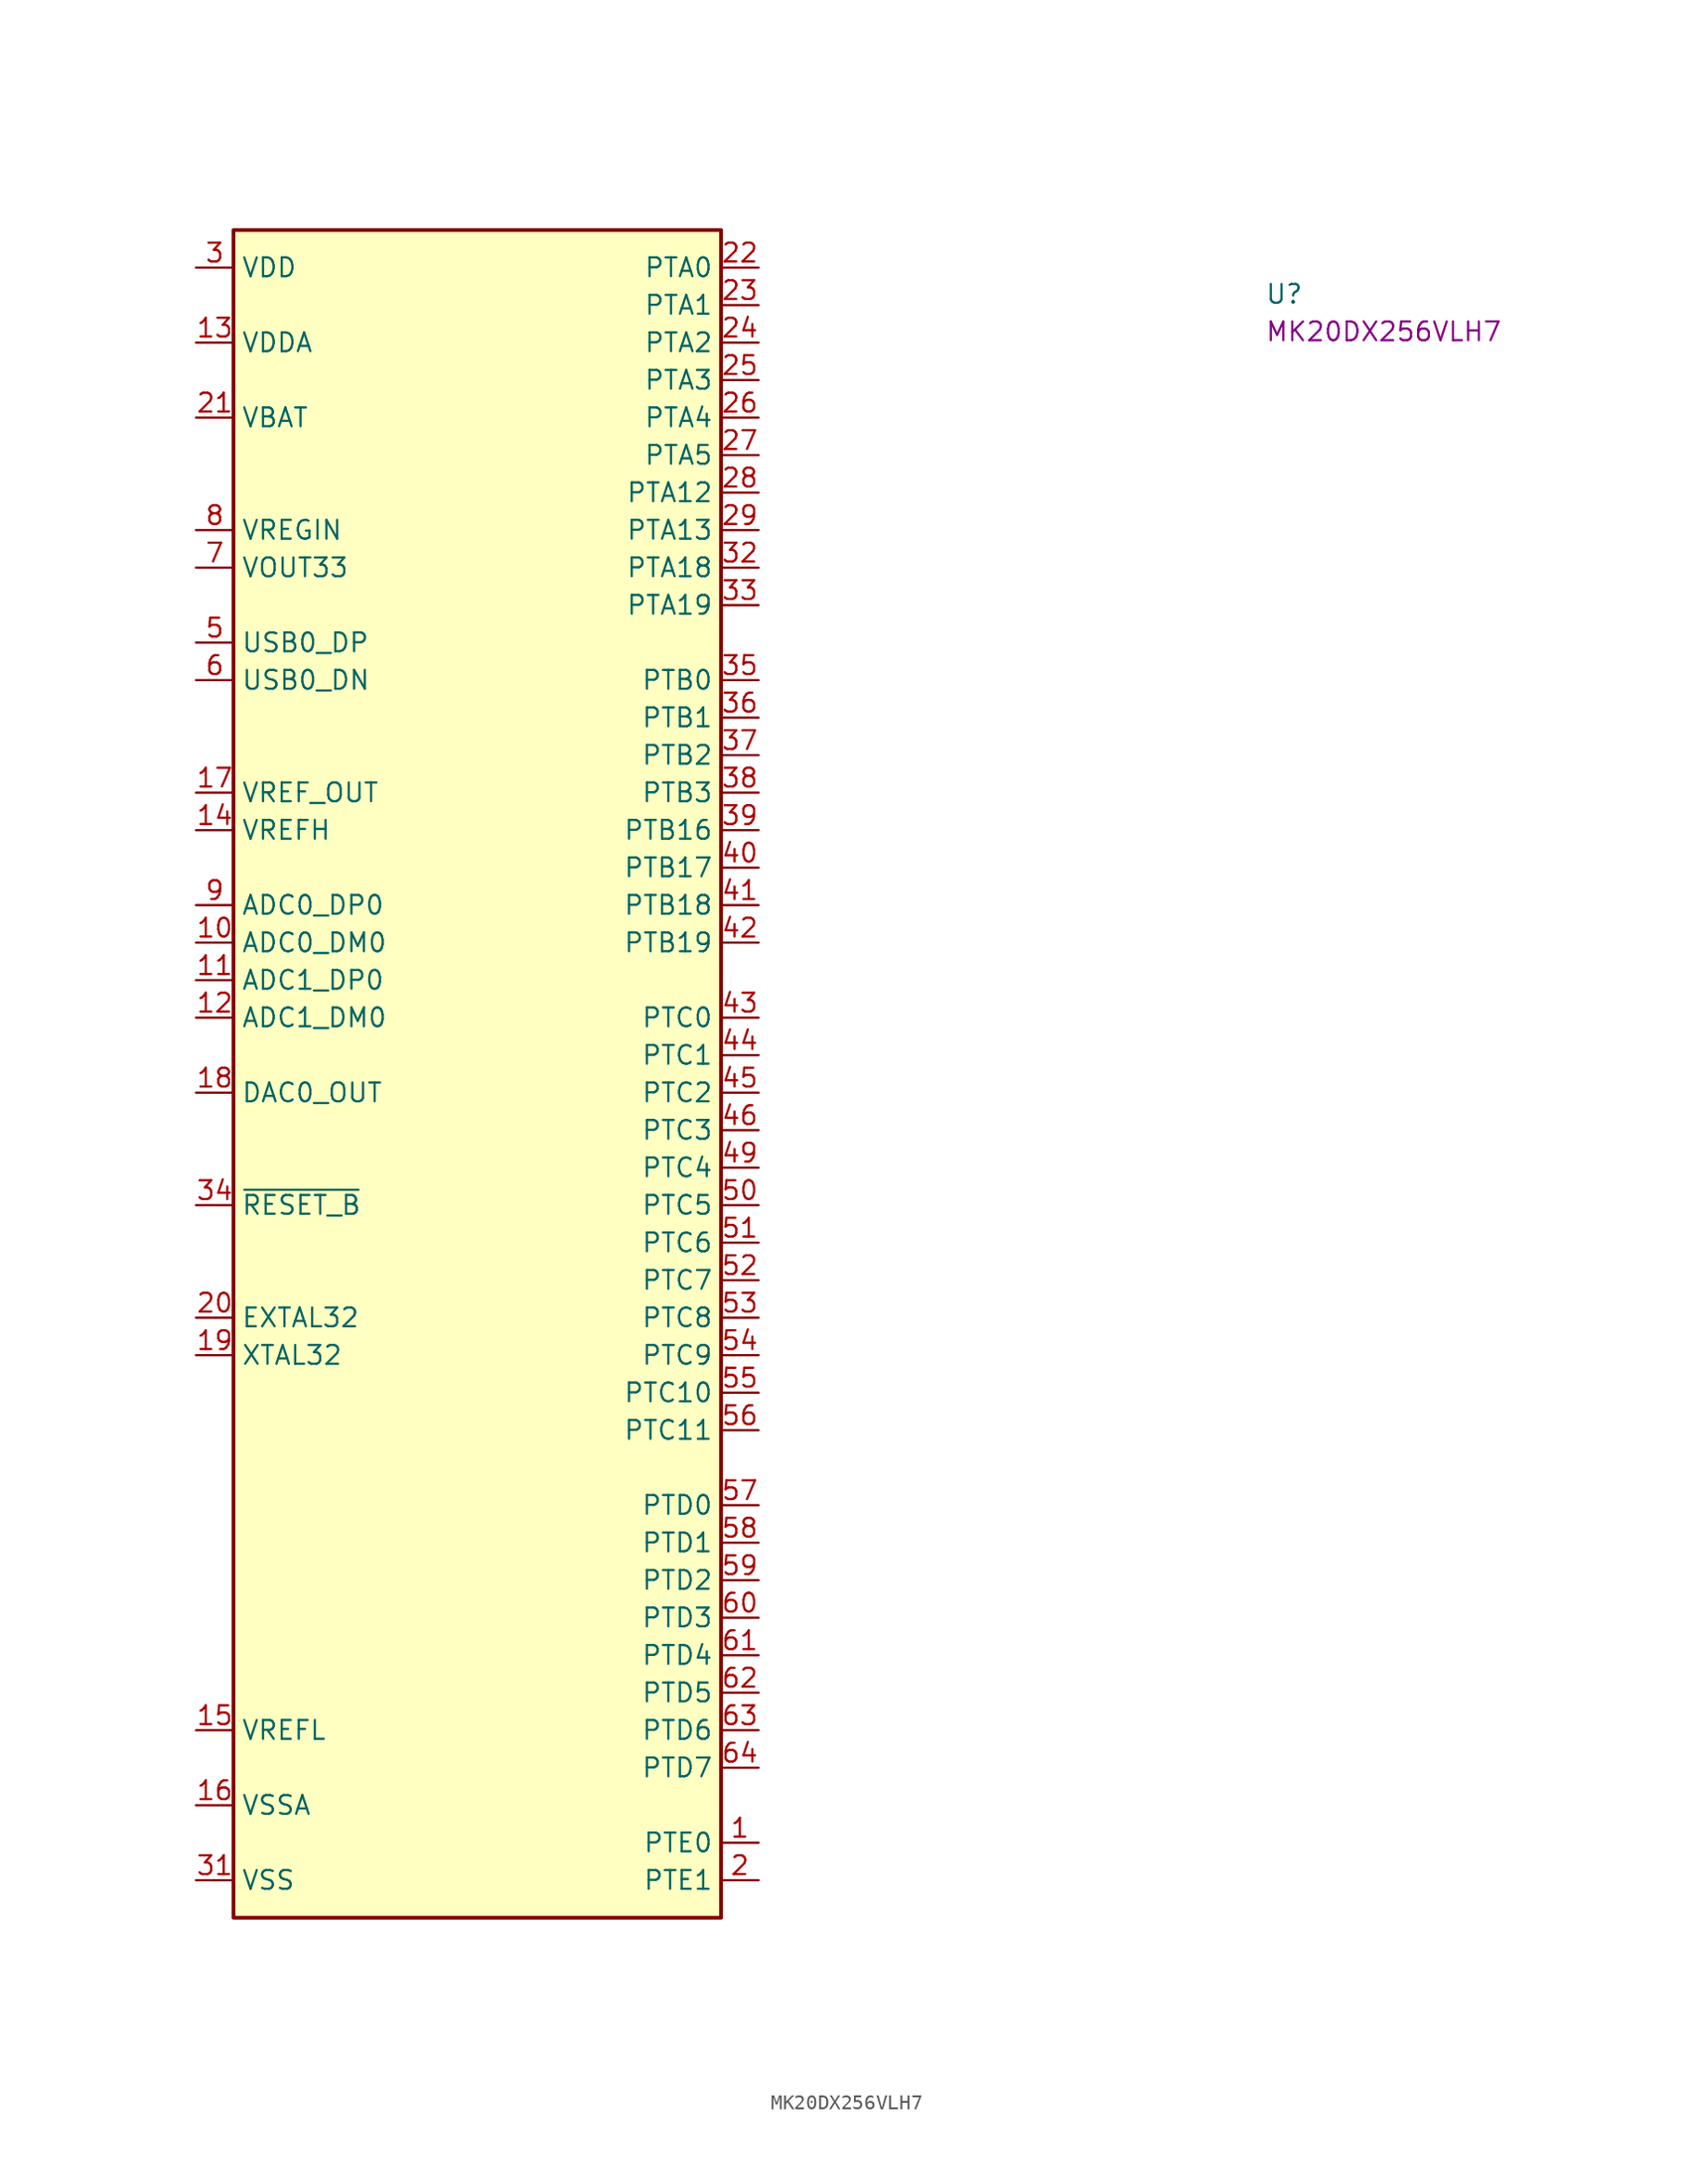
<source format=kicad_sym>
(kicad_symbol_lib
  (version 20220914)
  (generator kicad_symbol_editor)
  (symbol "MK20DX256VLH7"
    (property "Reference" "U"
      (at 72.39 -2.54 0)
      (effects (font (size 1.27 1.27) (thickness 0.15)) (justify left bottom)))
    (property "MPN" "MK20DX256VLH7"
      (at 72.39 -5.08 0)
      (effects (font (size 1.27 1.27) (thickness 0.15)) (justify left bottom)))
    (symbol "MK20DX256VLH7_1_1"
      (rectangle (start 2.54 2.54) (end 35.56 -111.76) (stroke (width 0.254) (type default)) (fill (type background)))
      (pin bidirectional line (at 38.1 -106.68 180) (length 2.54) (name "PTE0" (effects (font (size 1.27 1.27)))) (number "1" (effects (font (size 1.27 1.27)))) (alternate "CLKOUT32K" passive line))
      (pin passive line (at 0 -45.72 0) (length 2.54) (name "ADC0_DM0" (effects (font (size 1.27 1.27)))) (number "10" (effects (font (size 1.27 1.27)))) (alternate "ADC1_DM3" passive line))
      (pin passive line (at 0 -48.26 0) (length 2.54) (name "ADC1_DP0" (effects (font (size 1.27 1.27)))) (number "11" (effects (font (size 1.27 1.27)))) (alternate "ADC0_DP3" passive line))
      (pin passive line (at 0 -50.8 0) (length 2.54) (name "ADC1_DM0" (effects (font (size 1.27 1.27)))) (number "12" (effects (font (size 1.27 1.27)))) (alternate "ADC0_DM3" passive line))
      (pin power_in line (at 0 -5.08 0) (length 2.54) (name "VDDA" (effects (font (size 1.27 1.27)))) (number "13" (effects (font (size 1.27 1.27)))))
      (pin power_in line (at 0 -38.1 0) (length 2.54) (name "VREFH" (effects (font (size 1.27 1.27)))) (number "14" (effects (font (size 1.27 1.27)))))
      (pin power_in line (at 0 -99.06 0) (length 2.54) (name "VREFL" (effects (font (size 1.27 1.27)))) (number "15" (effects (font (size 1.27 1.27)))))
      (pin power_in line (at 0 -104.14 0) (length 2.54) (name "VSSA" (effects (font (size 1.27 1.27)))) (number "16" (effects (font (size 1.27 1.27)))))
      (pin passive line (at 0 -35.56 0) (length 2.54) (name "VREF_OUT" (effects (font (size 1.27 1.27)))) (number "17" (effects (font (size 1.27 1.27)))) (alternate "ADC1_SE18" passive line) (alternate "CMP0_IN5" passive line) (alternate "CMP1_IN5" passive line))
      (pin passive line (at 0 -55.88 0) (length 2.54) (name "DAC0_OUT" (effects (font (size 1.27 1.27)))) (number "18" (effects (font (size 1.27 1.27)))) (alternate "ADC0_SE23" passive line) (alternate "CMP1_IN3" passive line))
      (pin output line (at 0 -73.66 0) (length 2.54) (name "XTAL32" (effects (font (size 1.27 1.27)))) (number "19" (effects (font (size 1.27 1.27)))))
      (pin bidirectional line (at 38.1 -109.22 180) (length 2.54) (name "PTE1" (effects (font (size 1.27 1.27)))) (number "2" (effects (font (size 1.27 1.27)))) (alternate "LLWU_P0" passive line))
      (pin input line (at 0 -71.12 0) (length 2.54) (name "EXTAL32" (effects (font (size 1.27 1.27)))) (number "20" (effects (font (size 1.27 1.27)))))
      (pin power_in line (at 0 -10.16 0) (length 2.54) (name "VBAT" (effects (font (size 1.27 1.27)))) (number "21" (effects (font (size 1.27 1.27)))))
      (pin bidirectional line (at 38.1 0 180) (length 2.54) (name "PTA0" (effects (font (size 1.27 1.27)))) (number "22" (effects (font (size 1.27 1.27)))))
      (pin bidirectional line (at 38.1 -2.54 180) (length 2.54) (name "PTA1" (effects (font (size 1.27 1.27)))) (number "23" (effects (font (size 1.27 1.27)))))
      (pin bidirectional line (at 38.1 -5.08 180) (length 2.54) (name "PTA2" (effects (font (size 1.27 1.27)))) (number "24" (effects (font (size 1.27 1.27)))))
      (pin bidirectional line (at 38.1 -7.62 180) (length 2.54) (name "PTA3" (effects (font (size 1.27 1.27)))) (number "25" (effects (font (size 1.27 1.27)))))
      (pin bidirectional line (at 38.1 -10.16 180) (length 2.54) (name "PTA4" (effects (font (size 1.27 1.27)))) (number "26" (effects (font (size 1.27 1.27)))) (alternate "LLWU_P3" passive line))
      (pin bidirectional line (at 38.1 -12.7 180) (length 2.54) (name "PTA5" (effects (font (size 1.27 1.27)))) (number "27" (effects (font (size 1.27 1.27)))))
      (pin bidirectional line (at 38.1 -15.24 180) (length 2.54) (name "PTA12" (effects (font (size 1.27 1.27)))) (number "28" (effects (font (size 1.27 1.27)))))
      (pin bidirectional line (at 38.1 -17.78 180) (length 2.54) (name "PTA13" (effects (font (size 1.27 1.27)))) (number "29" (effects (font (size 1.27 1.27)))) (alternate "LLWU_P4" passive line))
      (pin power_in line (at 0 0 0) (length 2.54) (name "VDD" (effects (font (size 1.27 1.27)))) (number "3" (effects (font (size 1.27 1.27)))))
      (pin passive line (at 0 0 0) (length 2.54) hide (name "VDD" (effects (font (size 1.27 1.27)))) (number "30" (effects (font (size 1.27 1.27)))))
      (pin power_in line (at 0 -109.22 0) (length 2.54) (name "VSS" (effects (font (size 1.27 1.27)))) (number "31" (effects (font (size 1.27 1.27)))))
      (pin bidirectional line (at 38.1 -20.32 180) (length 2.54) (name "PTA18" (effects (font (size 1.27 1.27)))) (number "32" (effects (font (size 1.27 1.27)))))
      (pin bidirectional line (at 38.1 -22.86 180) (length 2.54) (name "PTA19" (effects (font (size 1.27 1.27)))) (number "33" (effects (font (size 1.27 1.27)))))
      (pin input line (at 0 -63.5 0) (length 2.54) (name "~{RESET_B}" (effects (font (size 1.27 1.27)))) (number "34" (effects (font (size 1.27 1.27)))))
      (pin bidirectional line (at 38.1 -27.94 180) (length 2.54) (name "PTB0" (effects (font (size 1.27 1.27)))) (number "35" (effects (font (size 1.27 1.27)))) (alternate "LLWU_P5" passive line))
      (pin bidirectional line (at 38.1 -30.48 180) (length 2.54) (name "PTB1" (effects (font (size 1.27 1.27)))) (number "36" (effects (font (size 1.27 1.27)))))
      (pin bidirectional line (at 38.1 -33.02 180) (length 2.54) (name "PTB2" (effects (font (size 1.27 1.27)))) (number "37" (effects (font (size 1.27 1.27)))))
      (pin bidirectional line (at 38.1 -35.56 180) (length 2.54) (name "PTB3" (effects (font (size 1.27 1.27)))) (number "38" (effects (font (size 1.27 1.27)))))
      (pin bidirectional line (at 38.1 -38.1 180) (length 2.54) (name "PTB16" (effects (font (size 1.27 1.27)))) (number "39" (effects (font (size 1.27 1.27)))))
      (pin passive line (at 0 -109.22 0) (length 2.54) hide (name "VSS" (effects (font (size 1.27 1.27)))) (number "4" (effects (font (size 1.27 1.27)))))
      (pin bidirectional line (at 38.1 -40.64 180) (length 2.54) (name "PTB17" (effects (font (size 1.27 1.27)))) (number "40" (effects (font (size 1.27 1.27)))))
      (pin bidirectional line (at 38.1 -43.18 180) (length 2.54) (name "PTB18" (effects (font (size 1.27 1.27)))) (number "41" (effects (font (size 1.27 1.27)))))
      (pin bidirectional line (at 38.1 -45.72 180) (length 2.54) (name "PTB19" (effects (font (size 1.27 1.27)))) (number "42" (effects (font (size 1.27 1.27)))))
      (pin bidirectional line (at 38.1 -50.8 180) (length 2.54) (name "PTC0" (effects (font (size 1.27 1.27)))) (number "43" (effects (font (size 1.27 1.27)))))
      (pin bidirectional line (at 38.1 -53.34 180) (length 2.54) (name "PTC1" (effects (font (size 1.27 1.27)))) (number "44" (effects (font (size 1.27 1.27)))) (alternate "LLWU_P6" passive line))
      (pin bidirectional line (at 38.1 -55.88 180) (length 2.54) (name "PTC2" (effects (font (size 1.27 1.27)))) (number "45" (effects (font (size 1.27 1.27)))))
      (pin bidirectional line (at 38.1 -58.42 180) (length 2.54) (name "PTC3" (effects (font (size 1.27 1.27)))) (number "46" (effects (font (size 1.27 1.27)))) (alternate "LLWU_P7" passive line))
      (pin passive line (at 0 -109.22 0) (length 2.54) hide (name "VSS" (effects (font (size 1.27 1.27)))) (number "47" (effects (font (size 1.27 1.27)))))
      (pin passive line (at 0 0 0) (length 2.54) hide (name "VDD" (effects (font (size 1.27 1.27)))) (number "48" (effects (font (size 1.27 1.27)))))
      (pin bidirectional line (at 38.1 -60.96 180) (length 2.54) (name "PTC4" (effects (font (size 1.27 1.27)))) (number "49" (effects (font (size 1.27 1.27)))) (alternate "LLWU_P8" passive line))
      (pin bidirectional line (at 0 -25.4 0) (length 2.54) (name "USB0_DP" (effects (font (size 1.27 1.27)))) (number "5" (effects (font (size 1.27 1.27)))))
      (pin bidirectional line (at 38.1 -63.5 180) (length 2.54) (name "PTC5" (effects (font (size 1.27 1.27)))) (number "50" (effects (font (size 1.27 1.27)))) (alternate "LLWU_P9" passive line))
      (pin bidirectional line (at 38.1 -66.04 180) (length 2.54) (name "PTC6" (effects (font (size 1.27 1.27)))) (number "51" (effects (font (size 1.27 1.27)))) (alternate "LLWU_P10" passive line))
      (pin bidirectional line (at 38.1 -68.58 180) (length 2.54) (name "PTC7" (effects (font (size 1.27 1.27)))) (number "52" (effects (font (size 1.27 1.27)))))
      (pin bidirectional line (at 38.1 -71.12 180) (length 2.54) (name "PTC8" (effects (font (size 1.27 1.27)))) (number "53" (effects (font (size 1.27 1.27)))))
      (pin bidirectional line (at 38.1 -73.66 180) (length 2.54) (name "PTC9" (effects (font (size 1.27 1.27)))) (number "54" (effects (font (size 1.27 1.27)))))
      (pin bidirectional line (at 38.1 -76.2 180) (length 2.54) (name "PTC10" (effects (font (size 1.27 1.27)))) (number "55" (effects (font (size 1.27 1.27)))))
      (pin bidirectional line (at 38.1 -78.74 180) (length 2.54) (name "PTC11" (effects (font (size 1.27 1.27)))) (number "56" (effects (font (size 1.27 1.27)))) (alternate "LLWU_P11" passive line))
      (pin bidirectional line (at 38.1 -83.82 180) (length 2.54) (name "PTD0" (effects (font (size 1.27 1.27)))) (number "57" (effects (font (size 1.27 1.27)))) (alternate "LLWU_P12" passive line))
      (pin bidirectional line (at 38.1 -86.36 180) (length 2.54) (name "PTD1" (effects (font (size 1.27 1.27)))) (number "58" (effects (font (size 1.27 1.27)))))
      (pin bidirectional line (at 38.1 -88.9 180) (length 2.54) (name "PTD2" (effects (font (size 1.27 1.27)))) (number "59" (effects (font (size 1.27 1.27)))) (alternate "LLWU_P13" passive line))
      (pin bidirectional line (at 0 -27.94 0) (length 2.54) (name "USB0_DN" (effects (font (size 1.27 1.27)))) (number "6" (effects (font (size 1.27 1.27)))))
      (pin bidirectional line (at 38.1 -91.44 180) (length 2.54) (name "PTD3" (effects (font (size 1.27 1.27)))) (number "60" (effects (font (size 1.27 1.27)))))
      (pin bidirectional line (at 38.1 -93.98 180) (length 2.54) (name "PTD4" (effects (font (size 1.27 1.27)))) (number "61" (effects (font (size 1.27 1.27)))) (alternate "LLWU_P14" passive line))
      (pin bidirectional line (at 38.1 -96.52 180) (length 2.54) (name "PTD5" (effects (font (size 1.27 1.27)))) (number "62" (effects (font (size 1.27 1.27)))))
      (pin bidirectional line (at 38.1 -99.06 180) (length 2.54) (name "PTD6" (effects (font (size 1.27 1.27)))) (number "63" (effects (font (size 1.27 1.27)))) (alternate "LLWU_P15" passive line))
      (pin bidirectional line (at 38.1 -101.6 180) (length 2.54) (name "PTD7" (effects (font (size 1.27 1.27)))) (number "64" (effects (font (size 1.27 1.27)))))
      (pin power_out line (at 0 -20.32 0) (length 2.54) (name "VOUT33" (effects (font (size 1.27 1.27)))) (number "7" (effects (font (size 1.27 1.27)))))
      (pin power_in line (at 0 -17.78 0) (length 2.54) (name "VREGIN" (effects (font (size 1.27 1.27)))) (number "8" (effects (font (size 1.27 1.27)))))
      (pin passive line (at 0 -43.18 0) (length 2.54) (name "ADC0_DP0" (effects (font (size 1.27 1.27)))) (number "9" (effects (font (size 1.27 1.27)))) (alternate "ADC1_DP3" passive line)))))
</source>
